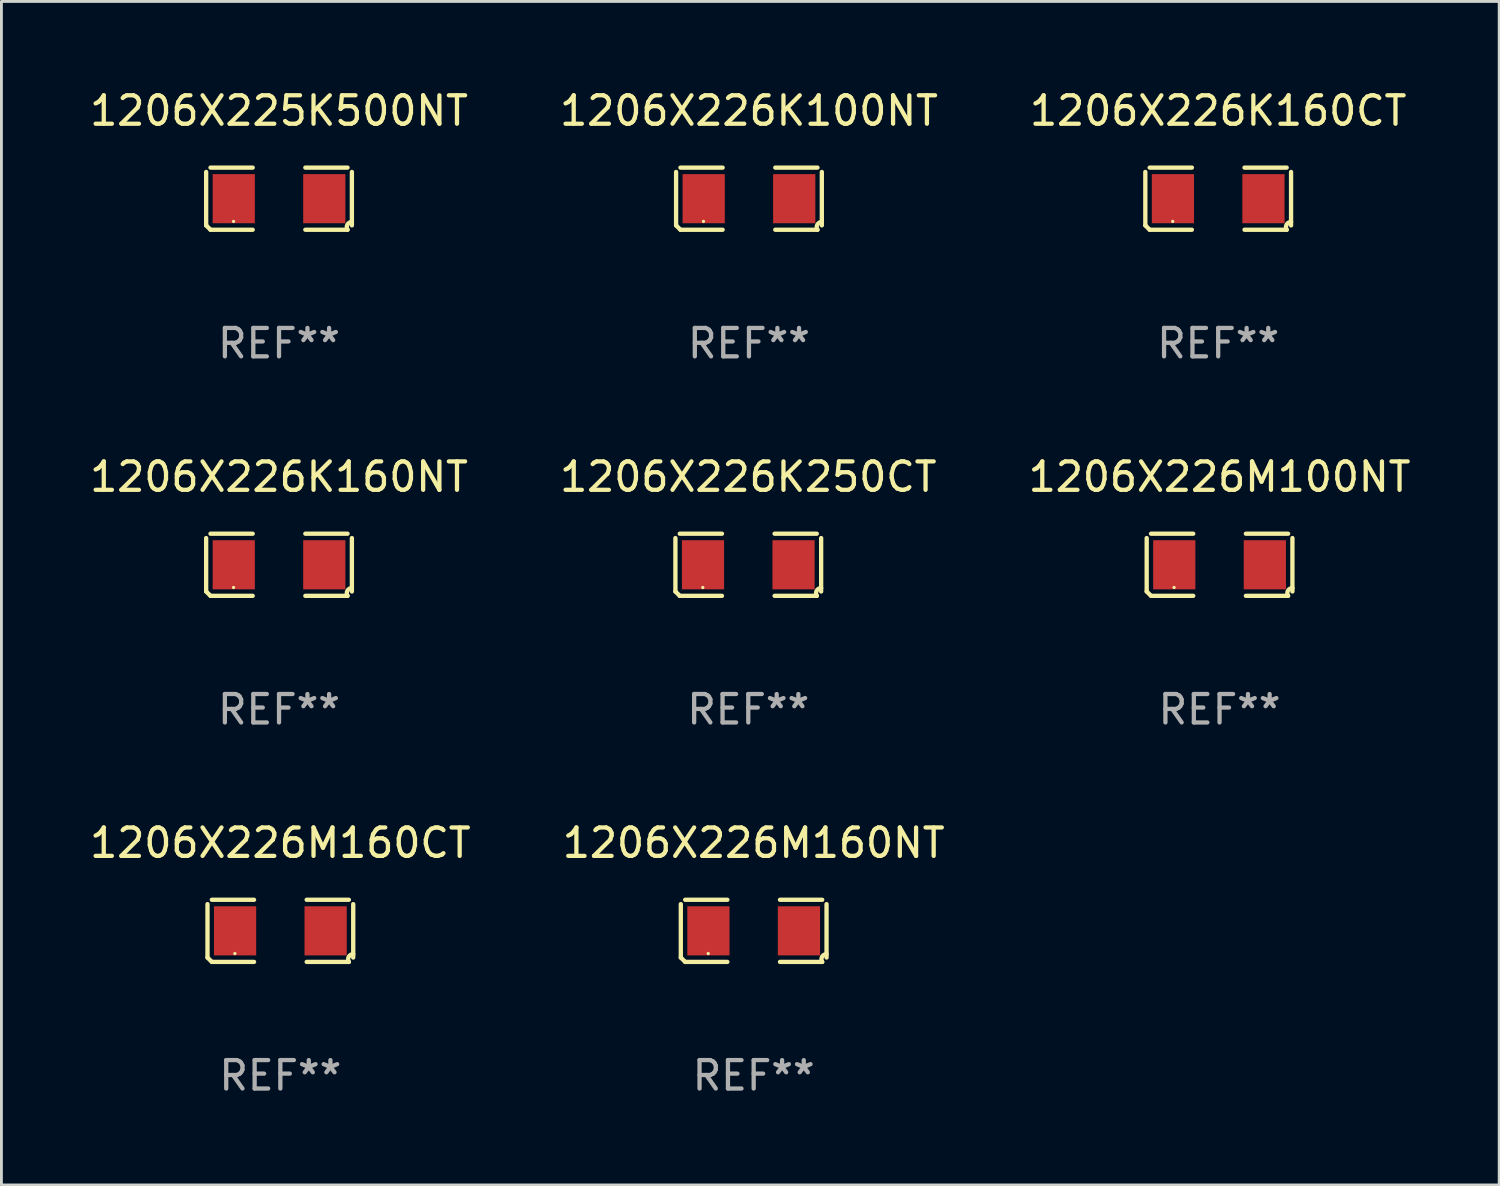
<source format=kicad_pcb>
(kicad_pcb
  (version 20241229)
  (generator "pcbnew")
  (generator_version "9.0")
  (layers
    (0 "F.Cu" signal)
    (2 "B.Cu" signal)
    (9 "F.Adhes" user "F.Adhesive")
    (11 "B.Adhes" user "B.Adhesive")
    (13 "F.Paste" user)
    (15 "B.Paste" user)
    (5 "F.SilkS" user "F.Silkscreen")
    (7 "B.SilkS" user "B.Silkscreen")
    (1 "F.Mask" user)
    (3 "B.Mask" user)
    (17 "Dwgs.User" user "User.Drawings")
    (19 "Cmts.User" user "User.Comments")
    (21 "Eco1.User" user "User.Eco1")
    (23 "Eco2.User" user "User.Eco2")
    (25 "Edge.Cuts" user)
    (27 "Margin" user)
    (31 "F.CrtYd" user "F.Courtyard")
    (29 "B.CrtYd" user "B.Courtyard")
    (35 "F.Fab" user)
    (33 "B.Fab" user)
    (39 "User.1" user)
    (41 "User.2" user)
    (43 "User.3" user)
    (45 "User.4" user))
  (footprint "1206X226K160NT"
    (layer "F.Cu")
    (at 6.768 16.823)
    (property "Reference" "1206X226K160NT" (at 0 -3.093 0) (layer "F.SilkS") (effects (font (size 1 1) (thickness 0.15))))
    (attr through_hole)
    (fp_line (start -2.564 0.94) (end -2.564 -0.94) (stroke (width 0.152) (type solid)) (layer "F.SilkS"))
    (fp_line (start -2.411 -1.093) (end -0.926 -1.093) (stroke (width 0.152) (type solid)) (layer "F.SilkS"))
    (fp_line (start -0.926 1.093) (end -2.411 1.093) (stroke (width 0.152) (type solid)) (layer "F.SilkS"))
    (fp_line (start 0.926 1.093) (end 2.411 1.093) (stroke (width 0.152) (type solid)) (layer "F.SilkS"))
    (fp_line (start 2.411 -1.093) (end 0.926 -1.093) (stroke (width 0.152) (type solid)) (layer "F.SilkS"))
    (fp_line (start 2.564 0.94) (end 2.564 -0.94) (stroke (width 0.152) (type solid)) (layer "F.SilkS"))
    (fp_arc (start -2.411201 1.092609) (mid -2.487413 1.01642) (end -2.563602 0.940208) (stroke (width 0.1524) (type solid)) (layer "F.SilkS"))
    (fp_arc (start 2.411201 1.092609) (mid 2.407159 0.911226) (end 2.563602 0.819347) (stroke (width 0.1524) (type solid)) (layer "F.SilkS"))
    (fp_circle (center -1.6 0.8) (end -1.57 0.8) (stroke (width 0.06) (type solid)) (fill no) (layer "F.SilkS"))
    (fp_text user "REF**" (at 0 5.093 0) (layer "F.Fab") (effects (font (size 1 1) (thickness 0.15))))
    (pad "1" smd rect (at -1.593 0) (size 1.485 1.728) (layers "F.Cu" "F.Mask" "F.Paste"))
    (pad "2" smd rect (at 1.593 0) (size 1.485 1.728) (layers "F.Cu" "F.Mask" "F.Paste")))
  (footprint "1206X226K100NT"
    (layer "F.Cu")
    (at 23.304 3.941)
    (property "Reference" "1206X226K100NT" (at 0 -3.093 0) (layer "F.SilkS") (effects (font (size 1 1) (thickness 0.15))))
    (attr through_hole)
    (fp_line (start -2.564 0.94) (end -2.564 -0.94) (stroke (width 0.152) (type solid)) (layer "F.SilkS"))
    (fp_line (start -2.411 -1.093) (end -0.926 -1.093) (stroke (width 0.152) (type solid)) (layer "F.SilkS"))
    (fp_line (start -0.926 1.093) (end -2.411 1.093) (stroke (width 0.152) (type solid)) (layer "F.SilkS"))
    (fp_line (start 0.926 1.093) (end 2.411 1.093) (stroke (width 0.152) (type solid)) (layer "F.SilkS"))
    (fp_line (start 2.411 -1.093) (end 0.926 -1.093) (stroke (width 0.152) (type solid)) (layer "F.SilkS"))
    (fp_line (start 2.564 0.94) (end 2.564 -0.94) (stroke (width 0.152) (type solid)) (layer "F.SilkS"))
    (fp_arc (start -2.411201 1.092609) (mid -2.487413 1.01642) (end -2.563602 0.940208) (stroke (width 0.1524) (type solid)) (layer "F.SilkS"))
    (fp_arc (start 2.411201 1.092609) (mid 2.407159 0.911226) (end 2.563602 0.819347) (stroke (width 0.1524) (type solid)) (layer "F.SilkS"))
    (fp_circle (center -1.6 0.8) (end -1.57 0.8) (stroke (width 0.06) (type solid)) (fill no) (layer "F.SilkS"))
    (fp_text user "REF**" (at 0 5.093 0) (layer "F.Fab") (effects (font (size 1 1) (thickness 0.15))))
    (pad "1" smd rect (at -1.593 0) (size 1.485 1.728) (layers "F.Cu" "F.Mask" "F.Paste"))
    (pad "2" smd rect (at 1.593 0) (size 1.485 1.728) (layers "F.Cu" "F.Mask" "F.Paste")))
  (footprint "1206X226M100NT"
    (layer "F.Cu")
    (at 39.863 16.823)
    (property "Reference" "1206X226M100NT" (at 0 -3.093 0) (layer "F.SilkS") (effects (font (size 1 1) (thickness 0.15))))
    (attr through_hole)
    (fp_line (start -2.564 0.94) (end -2.564 -0.94) (stroke (width 0.152) (type solid)) (layer "F.SilkS"))
    (fp_line (start -2.411 -1.093) (end -0.926 -1.093) (stroke (width 0.152) (type solid)) (layer "F.SilkS"))
    (fp_line (start -0.926 1.093) (end -2.411 1.093) (stroke (width 0.152) (type solid)) (layer "F.SilkS"))
    (fp_line (start 0.926 1.093) (end 2.411 1.093) (stroke (width 0.152) (type solid)) (layer "F.SilkS"))
    (fp_line (start 2.411 -1.093) (end 0.926 -1.093) (stroke (width 0.152) (type solid)) (layer "F.SilkS"))
    (fp_line (start 2.564 0.94) (end 2.564 -0.94) (stroke (width 0.152) (type solid)) (layer "F.SilkS"))
    (fp_arc (start -2.411201 1.092609) (mid -2.487413 1.01642) (end -2.563602 0.940208) (stroke (width 0.1524) (type solid)) (layer "F.SilkS"))
    (fp_arc (start 2.411201 1.092609) (mid 2.407159 0.911226) (end 2.563602 0.819347) (stroke (width 0.1524) (type solid)) (layer "F.SilkS"))
    (fp_circle (center -1.6 0.8) (end -1.57 0.8) (stroke (width 0.06) (type solid)) (fill no) (layer "F.SilkS"))
    (fp_text user "REF**" (at 0 5.093 0) (layer "F.Fab") (effects (font (size 1 1) (thickness 0.15))))
    (pad "1" smd rect (at -1.593 0) (size 1.485 1.728) (layers "F.Cu" "F.Mask" "F.Paste"))
    (pad "2" smd rect (at 1.593 0) (size 1.485 1.728) (layers "F.Cu" "F.Mask" "F.Paste")))
  (footprint "1206X226M160NT"
    (layer "F.Cu")
    (at 23.47 29.704)
    (property "Reference" "1206X226M160NT" (at 0 -3.093 0) (layer "F.SilkS") (effects (font (size 1 1) (thickness 0.15))))
    (attr through_hole)
    (fp_line (start -2.564 0.94) (end -2.564 -0.94) (stroke (width 0.152) (type solid)) (layer "F.SilkS"))
    (fp_line (start -2.411 -1.093) (end -0.926 -1.093) (stroke (width 0.152) (type solid)) (layer "F.SilkS"))
    (fp_line (start -0.926 1.093) (end -2.411 1.093) (stroke (width 0.152) (type solid)) (layer "F.SilkS"))
    (fp_line (start 0.926 1.093) (end 2.411 1.093) (stroke (width 0.152) (type solid)) (layer "F.SilkS"))
    (fp_line (start 2.411 -1.093) (end 0.926 -1.093) (stroke (width 0.152) (type solid)) (layer "F.SilkS"))
    (fp_line (start 2.564 0.94) (end 2.564 -0.94) (stroke (width 0.152) (type solid)) (layer "F.SilkS"))
    (fp_arc (start -2.411201 1.092609) (mid -2.487413 1.01642) (end -2.563602 0.940208) (stroke (width 0.1524) (type solid)) (layer "F.SilkS"))
    (fp_arc (start 2.411201 1.092609) (mid 2.407159 0.911226) (end 2.563602 0.819347) (stroke (width 0.1524) (type solid)) (layer "F.SilkS"))
    (fp_circle (center -1.6 0.8) (end -1.57 0.8) (stroke (width 0.06) (type solid)) (fill no) (layer "F.SilkS"))
    (fp_text user "REF**" (at 0 5.093 0) (layer "F.Fab") (effects (font (size 1 1) (thickness 0.15))))
    (pad "1" smd rect (at -1.593 0) (size 1.485 1.728) (layers "F.Cu" "F.Mask" "F.Paste"))
    (pad "2" smd rect (at 1.593 0) (size 1.485 1.728) (layers "F.Cu" "F.Mask" "F.Paste")))
  (footprint "1206X226K250CT"
    (layer "F.Cu")
    (at 23.28 16.823)
    (property "Reference" "1206X226K250CT" (at 0 -3.093 0) (layer "F.SilkS") (effects (font (size 1 1) (thickness 0.15))))
    (attr through_hole)
    (fp_line (start -2.564 0.94) (end -2.564 -0.94) (stroke (width 0.152) (type solid)) (layer "F.SilkS"))
    (fp_line (start -2.411 -1.093) (end -0.926 -1.093) (stroke (width 0.152) (type solid)) (layer "F.SilkS"))
    (fp_line (start -0.926 1.093) (end -2.411 1.093) (stroke (width 0.152) (type solid)) (layer "F.SilkS"))
    (fp_line (start 0.926 1.093) (end 2.411 1.093) (stroke (width 0.152) (type solid)) (layer "F.SilkS"))
    (fp_line (start 2.411 -1.093) (end 0.926 -1.093) (stroke (width 0.152) (type solid)) (layer "F.SilkS"))
    (fp_line (start 2.564 0.94) (end 2.564 -0.94) (stroke (width 0.152) (type solid)) (layer "F.SilkS"))
    (fp_arc (start -2.411201 1.092609) (mid -2.487413 1.01642) (end -2.563602 0.940208) (stroke (width 0.1524) (type solid)) (layer "F.SilkS"))
    (fp_arc (start 2.411201 1.092609) (mid 2.407159 0.911226) (end 2.563602 0.819347) (stroke (width 0.1524) (type solid)) (layer "F.SilkS"))
    (fp_circle (center -1.6 0.8) (end -1.57 0.8) (stroke (width 0.06) (type solid)) (fill no) (layer "F.SilkS"))
    (fp_text user "REF**" (at 0 5.093 0) (layer "F.Fab") (effects (font (size 1 1) (thickness 0.15))))
    (pad "1" smd rect (at -1.593 0) (size 1.485 1.728) (layers "F.Cu" "F.Mask" "F.Paste"))
    (pad "2" smd rect (at 1.593 0) (size 1.485 1.728) (layers "F.Cu" "F.Mask" "F.Paste")))
  (footprint "1206X226K160CT"
    (layer "F.Cu")
    (at 39.815 3.941)
    (property "Reference" "1206X226K160CT" (at 0 -3.093 0) (layer "F.SilkS") (effects (font (size 1 1) (thickness 0.15))))
    (attr through_hole)
    (fp_line (start -2.564 0.94) (end -2.564 -0.94) (stroke (width 0.152) (type solid)) (layer "F.SilkS"))
    (fp_line (start -2.411 -1.093) (end -0.926 -1.093) (stroke (width 0.152) (type solid)) (layer "F.SilkS"))
    (fp_line (start -0.926 1.093) (end -2.411 1.093) (stroke (width 0.152) (type solid)) (layer "F.SilkS"))
    (fp_line (start 0.926 1.093) (end 2.411 1.093) (stroke (width 0.152) (type solid)) (layer "F.SilkS"))
    (fp_line (start 2.411 -1.093) (end 0.926 -1.093) (stroke (width 0.152) (type solid)) (layer "F.SilkS"))
    (fp_line (start 2.564 0.94) (end 2.564 -0.94) (stroke (width 0.152) (type solid)) (layer "F.SilkS"))
    (fp_arc (start -2.411201 1.092609) (mid -2.487413 1.01642) (end -2.563602 0.940208) (stroke (width 0.1524) (type solid)) (layer "F.SilkS"))
    (fp_arc (start 2.411201 1.092609) (mid 2.407159 0.911226) (end 2.563602 0.819347) (stroke (width 0.1524) (type solid)) (layer "F.SilkS"))
    (fp_circle (center -1.6 0.8) (end -1.57 0.8) (stroke (width 0.06) (type solid)) (fill no) (layer "F.SilkS"))
    (fp_text user "REF**" (at 0 5.093 0) (layer "F.Fab") (effects (font (size 1 1) (thickness 0.15))))
    (pad "1" smd rect (at -1.593 0) (size 1.485 1.728) (layers "F.Cu" "F.Mask" "F.Paste"))
    (pad "2" smd rect (at 1.593 0) (size 1.485 1.728) (layers "F.Cu" "F.Mask" "F.Paste")))
  (footprint "1206X226M160CT"
    (layer "F.Cu")
    (at 6.815 29.704)
    (property "Reference" "1206X226M160CT" (at 0 -3.093 0) (layer "F.SilkS") (effects (font (size 1 1) (thickness 0.15))))
    (attr through_hole)
    (fp_line (start -2.564 0.94) (end -2.564 -0.94) (stroke (width 0.152) (type solid)) (layer "F.SilkS"))
    (fp_line (start -2.411 -1.093) (end -0.926 -1.093) (stroke (width 0.152) (type solid)) (layer "F.SilkS"))
    (fp_line (start -0.926 1.093) (end -2.411 1.093) (stroke (width 0.152) (type solid)) (layer "F.SilkS"))
    (fp_line (start 0.926 1.093) (end 2.411 1.093) (stroke (width 0.152) (type solid)) (layer "F.SilkS"))
    (fp_line (start 2.411 -1.093) (end 0.926 -1.093) (stroke (width 0.152) (type solid)) (layer "F.SilkS"))
    (fp_line (start 2.564 0.94) (end 2.564 -0.94) (stroke (width 0.152) (type solid)) (layer "F.SilkS"))
    (fp_arc (start -2.411201 1.092609) (mid -2.487413 1.01642) (end -2.563602 0.940208) (stroke (width 0.1524) (type solid)) (layer "F.SilkS"))
    (fp_arc (start 2.411201 1.092609) (mid 2.407159 0.911226) (end 2.563602 0.819347) (stroke (width 0.1524) (type solid)) (layer "F.SilkS"))
    (fp_circle (center -1.6 0.8) (end -1.57 0.8) (stroke (width 0.06) (type solid)) (fill no) (layer "F.SilkS"))
    (fp_text user "REF**" (at 0 5.093 0) (layer "F.Fab") (effects (font (size 1 1) (thickness 0.15))))
    (pad "1" smd rect (at -1.593 0) (size 1.485 1.728) (layers "F.Cu" "F.Mask" "F.Paste"))
    (pad "2" smd rect (at 1.593 0) (size 1.485 1.728) (layers "F.Cu" "F.Mask" "F.Paste")))
  (footprint "1206X225K500NT"
    (layer "F.Cu")
    (at 6.768 3.941)
    (property "Reference" "1206X225K500NT" (at 0 -3.093 0) (layer "F.SilkS") (effects (font (size 1 1) (thickness 0.15))))
    (attr through_hole)
    (fp_line (start -2.564 0.94) (end -2.564 -0.94) (stroke (width 0.152) (type solid)) (layer "F.SilkS"))
    (fp_line (start -2.411 -1.093) (end -0.926 -1.093) (stroke (width 0.152) (type solid)) (layer "F.SilkS"))
    (fp_line (start -0.926 1.093) (end -2.411 1.093) (stroke (width 0.152) (type solid)) (layer "F.SilkS"))
    (fp_line (start 0.926 1.093) (end 2.411 1.093) (stroke (width 0.152) (type solid)) (layer "F.SilkS"))
    (fp_line (start 2.411 -1.093) (end 0.926 -1.093) (stroke (width 0.152) (type solid)) (layer "F.SilkS"))
    (fp_line (start 2.564 0.94) (end 2.564 -0.94) (stroke (width 0.152) (type solid)) (layer "F.SilkS"))
    (fp_arc (start -2.411201 1.092609) (mid -2.487413 1.01642) (end -2.563602 0.940208) (stroke (width 0.1524) (type solid)) (layer "F.SilkS"))
    (fp_arc (start 2.411201 1.092609) (mid 2.407159 0.911226) (end 2.563602 0.819347) (stroke (width 0.1524) (type solid)) (layer "F.SilkS"))
    (fp_circle (center -1.6 0.8) (end -1.57 0.8) (stroke (width 0.06) (type solid)) (fill no) (layer "F.SilkS"))
    (fp_text user "REF**" (at 0 5.093 0) (layer "F.Fab") (effects (font (size 1 1) (thickness 0.15))))
    (pad "1" smd rect (at -1.593 0) (size 1.485 1.728) (layers "F.Cu" "F.Mask" "F.Paste"))
    (pad "2" smd rect (at 1.593 0) (size 1.485 1.728) (layers "F.Cu" "F.Mask" "F.Paste")))
  (gr_rect
    (start -3 -3)
    (end 49.702 38.645)
    (stroke (width 0.1) (type default))
    (fill no)
    (layer "Edge.Cuts")))
</source>
